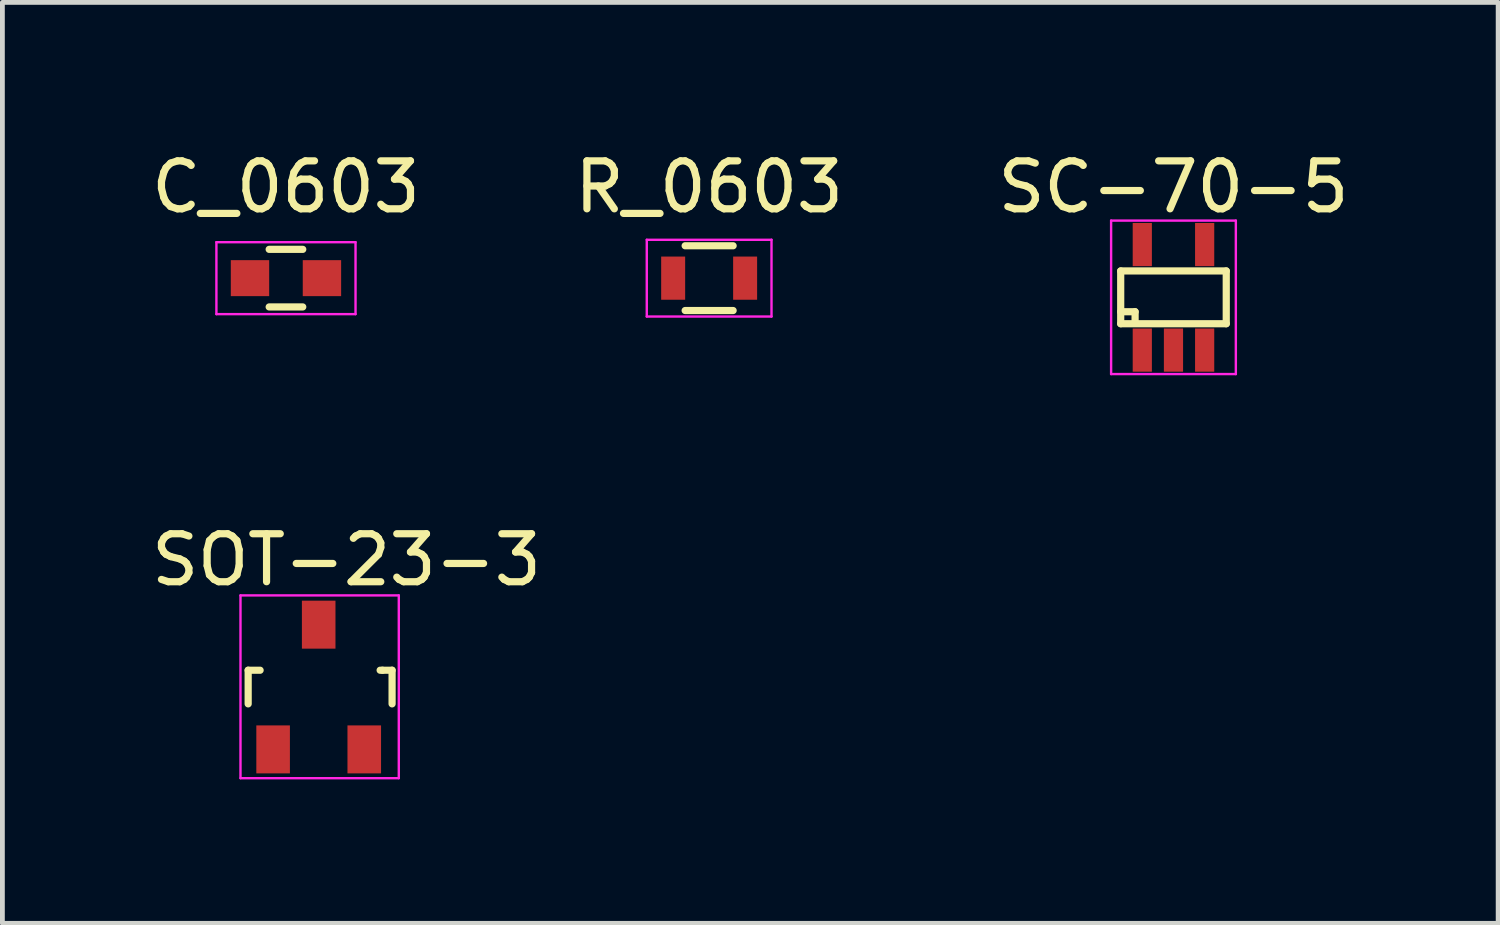
<source format=kicad_pcb>
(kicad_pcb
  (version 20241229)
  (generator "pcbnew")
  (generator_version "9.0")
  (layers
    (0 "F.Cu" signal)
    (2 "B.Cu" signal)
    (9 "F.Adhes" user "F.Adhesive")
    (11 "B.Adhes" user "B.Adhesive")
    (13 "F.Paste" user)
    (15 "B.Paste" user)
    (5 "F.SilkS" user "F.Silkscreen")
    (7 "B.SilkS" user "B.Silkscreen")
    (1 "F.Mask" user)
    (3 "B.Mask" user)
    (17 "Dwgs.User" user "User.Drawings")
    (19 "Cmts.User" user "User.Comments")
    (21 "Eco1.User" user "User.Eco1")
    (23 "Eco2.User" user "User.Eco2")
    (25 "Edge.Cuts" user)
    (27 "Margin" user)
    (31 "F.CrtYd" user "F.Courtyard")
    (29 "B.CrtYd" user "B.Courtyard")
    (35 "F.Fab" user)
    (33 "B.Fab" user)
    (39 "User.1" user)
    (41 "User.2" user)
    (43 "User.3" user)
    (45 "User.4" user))
  (footprint "R_0603"
    (layer "F.Cu")
    (at 11.732 2.748)
    (property "Reference" "R_0603" (at 0 -1.9 0) (layer "F.SilkS") (effects (font (size 1 1) (thickness 0.15))))
    (attr smd)
    (fp_line (start -0.5 -0.675) (end 0.5 -0.675) (stroke (width 0.15) (type solid)) (layer "F.SilkS"))
    (fp_line (start 0.5 0.675) (end -0.5 0.675) (stroke (width 0.15) (type solid)) (layer "F.SilkS"))
    (fp_line (start -1.3 -0.8) (end -1.3 0.8) (stroke (width 0.05) (type solid)) (layer "F.CrtYd"))
    (fp_line (start -1.3 -0.8) (end 1.3 -0.8) (stroke (width 0.05) (type solid)) (layer "F.CrtYd"))
    (fp_line (start -1.3 0.8) (end 1.3 0.8) (stroke (width 0.05) (type solid)) (layer "F.CrtYd"))
    (fp_line (start 1.3 -0.8) (end 1.3 0.8) (stroke (width 0.05) (type solid)) (layer "F.CrtYd"))
    (pad "1" smd rect (at -0.75 0) (size 0.5 0.9) (layers "F.Cu" "F.Mask" "F.Paste"))
    (pad "2" smd rect (at 0.75 0) (size 0.5 0.9) (layers "F.Cu" "F.Mask" "F.Paste")))
  (footprint "C_0603"
    (layer "F.Cu")
    (at 2.911 2.748)
    (property "Reference" "C_0603" (at 0 -1.9 0) (layer "F.SilkS") (effects (font (size 1 1) (thickness 0.15))))
    (attr smd)
    (fp_line (start -0.35 -0.6) (end 0.35 -0.6) (stroke (width 0.15) (type solid)) (layer "F.SilkS"))
    (fp_line (start 0.35 0.6) (end -0.35 0.6) (stroke (width 0.15) (type solid)) (layer "F.SilkS"))
    (fp_line (start -1.45 -0.75) (end -1.45 0.75) (stroke (width 0.05) (type solid)) (layer "F.CrtYd"))
    (fp_line (start -1.45 -0.75) (end 1.45 -0.75) (stroke (width 0.05) (type solid)) (layer "F.CrtYd"))
    (fp_line (start -1.45 0.75) (end 1.45 0.75) (stroke (width 0.05) (type solid)) (layer "F.CrtYd"))
    (fp_line (start 1.45 -0.75) (end 1.45 0.75) (stroke (width 0.05) (type solid)) (layer "F.CrtYd"))
    (pad "1" smd rect (at -0.75 0) (size 0.8 0.75) (layers "F.Cu" "F.Mask" "F.Paste"))
    (pad "2" smd rect (at 0.75 0) (size 0.8 0.75) (layers "F.Cu" "F.Mask" "F.Paste")))
  (footprint "SC-70-5"
    (layer "F.Cu")
    (at 21.411 3.148)
    (property "Reference" "SC-70-5" (at 0 -2.3 0) (layer "F.SilkS") (effects (font (size 1 1) (thickness 0.15))))
    (attr smd)
    (fp_line (start -1.1 -0.55) (end -1.1 0.55) (stroke (width 0.15) (type solid)) (layer "F.SilkS"))
    (fp_line (start -1.1 0.3) (end -0.8 0.3) (stroke (width 0.15) (type solid)) (layer "F.SilkS"))
    (fp_line (start -1.1 0.55) (end 1.1 0.55) (stroke (width 0.15) (type solid)) (layer "F.SilkS"))
    (fp_line (start -0.8 0.3) (end -0.8 0.5) (stroke (width 0.15) (type solid)) (layer "F.SilkS"))
    (fp_line (start 1.1 -0.55) (end -1.1 -0.55) (stroke (width 0.15) (type solid)) (layer "F.SilkS"))
    (fp_line (start 1.1 0.55) (end 1.1 -0.55) (stroke (width 0.15) (type solid)) (layer "F.SilkS"))
    (fp_line (start -1.3 -1.6) (end 1.3 -1.6) (stroke (width 0.05) (type solid)) (layer "F.CrtYd"))
    (fp_line (start -1.3 1.6) (end -1.3 -1.6) (stroke (width 0.05) (type solid)) (layer "F.CrtYd"))
    (fp_line (start 1.3 -1.6) (end 1.3 1.6) (stroke (width 0.05) (type solid)) (layer "F.CrtYd"))
    (fp_line (start 1.3 1.6) (end -1.3 1.6) (stroke (width 0.05) (type solid)) (layer "F.CrtYd"))
    (pad "1" smd rect (at -0.65 1.1) (size 0.4 0.9) (layers "F.Cu" "F.Mask" "F.Paste"))
    (pad "2" smd rect (at 0 1.1) (size 0.4 0.9) (layers "F.Cu" "F.Mask" "F.Paste"))
    (pad "3" smd rect (at 0.65 1.1) (size 0.4 0.9) (layers "F.Cu" "F.Mask" "F.Paste"))
    (pad "4" smd rect (at 0.65 -1.1) (size 0.4 0.9) (layers "F.Cu" "F.Mask" "F.Paste"))
    (pad "5" smd rect (at -0.65 -1.1) (size 0.4 0.9) (layers "F.Cu" "F.Mask" "F.Paste")))
  (footprint "SOT-23-3"
    (layer "F.Cu")
    (at 3.593 11.271)
    (property "Reference" "SOT-23-3" (at 0.58 -2.65 0) (layer "F.SilkS") (effects (font (size 1 1) (thickness 0.15))))
    (attr smd)
    (fp_line (start -1.47 -0.35) (end -1.221 -0.35) (stroke (width 0.15) (type solid)) (layer "F.SilkS"))
    (fp_line (start -1.47 0.351) (end -1.47 -0.35) (stroke (width 0.15) (type solid)) (layer "F.SilkS"))
    (fp_line (start 1.329 -0.35) (end 1.281 -0.35) (stroke (width 0.15) (type solid)) (layer "F.SilkS"))
    (fp_line (start 1.329 -0.35) (end 1.53 -0.35) (stroke (width 0.15) (type solid)) (layer "F.SilkS"))
    (fp_line (start 1.53 -0.35) (end 1.53 0.351) (stroke (width 0.15) (type solid)) (layer "F.SilkS"))
    (fp_line (start -1.63 -1.91) (end 1.67 -1.91) (stroke (width 0.05) (type solid)) (layer "F.CrtYd"))
    (fp_line (start -1.63 1.9) (end -1.63 -1.91) (stroke (width 0.05) (type solid)) (layer "F.CrtYd"))
    (fp_line (start 1.67 -1.91) (end 1.67 1.9) (stroke (width 0.05) (type solid)) (layer "F.CrtYd"))
    (fp_line (start 1.67 1.9) (end -1.63 1.9) (stroke (width 0.05) (type solid)) (layer "F.CrtYd"))
    (pad "1" smd rect (at -0.95 1.3) (size 0.7 1) (layers "F.Cu" "F.Mask" "F.Paste"))
    (pad "2" smd rect (at 0.95 1.3) (size 0.7 1) (layers "F.Cu" "F.Mask" "F.Paste"))
    (pad "3" smd rect (at 0 -1.3) (size 0.7 1) (layers "F.Cu" "F.Mask" "F.Paste")))
  (gr_rect
    (start -3 -3)
    (end 28.179 16.197)
    (stroke (width 0.1) (type default))
    (fill no)
    (layer "Edge.Cuts")))
</source>
